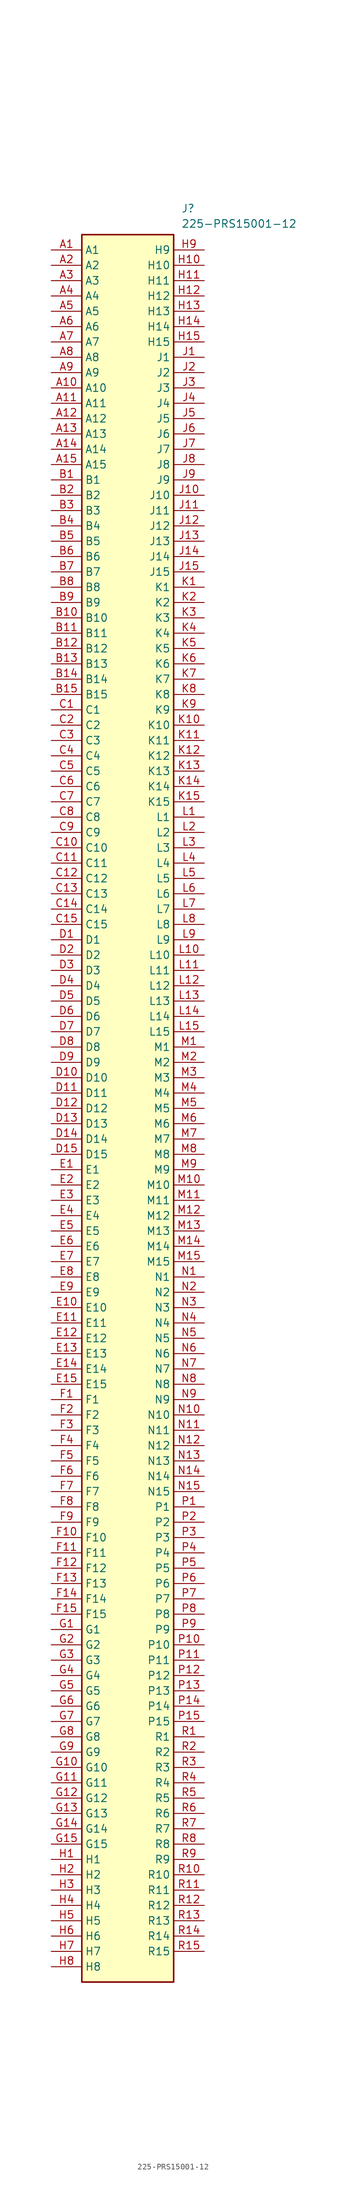
<source format=kicad_sym>
(kicad_symbol_lib
  (version 20231120)
  (generator "kicad_symbol_editor")
  (generator_version "8.0")
  (symbol "225-PRS15001-12"
    (property "Reference" "J"
      (at 21.59 7.62 0)
      (effects (font (size 1.27 1.27)) (justify left top)))
    (property "Value" "225-PRS15001-12"
      (at 21.59 5.08 0)
      (effects (font (size 1.27 1.27)) (justify left top)))
    (symbol "225-PRS15001-12_1_1"
      (rectangle (start 5.08 2.54) (end 20.32 -287.02) (stroke (width 0.254) (type default)) (fill (type background)))
      (pin passive line (at 0 0 0) (length 5.08) (name "A1" (effects (font (size 1.27 1.27)))) (number "A1" (effects (font (size 1.27 1.27)))))
      (pin passive line (at 0 -22.86 0) (length 5.08) (name "A10" (effects (font (size 1.27 1.27)))) (number "A10" (effects (font (size 1.27 1.27)))))
      (pin passive line (at 0 -25.4 0) (length 5.08) (name "A11" (effects (font (size 1.27 1.27)))) (number "A11" (effects (font (size 1.27 1.27)))))
      (pin passive line (at 0 -27.94 0) (length 5.08) (name "A12" (effects (font (size 1.27 1.27)))) (number "A12" (effects (font (size 1.27 1.27)))))
      (pin passive line (at 0 -30.48 0) (length 5.08) (name "A13" (effects (font (size 1.27 1.27)))) (number "A13" (effects (font (size 1.27 1.27)))))
      (pin passive line (at 0 -33.02 0) (length 5.08) (name "A14" (effects (font (size 1.27 1.27)))) (number "A14" (effects (font (size 1.27 1.27)))))
      (pin passive line (at 0 -35.56 0) (length 5.08) (name "A15" (effects (font (size 1.27 1.27)))) (number "A15" (effects (font (size 1.27 1.27)))))
      (pin passive line (at 0 -2.54 0) (length 5.08) (name "A2" (effects (font (size 1.27 1.27)))) (number "A2" (effects (font (size 1.27 1.27)))))
      (pin passive line (at 0 -5.08 0) (length 5.08) (name "A3" (effects (font (size 1.27 1.27)))) (number "A3" (effects (font (size 1.27 1.27)))))
      (pin passive line (at 0 -7.62 0) (length 5.08) (name "A4" (effects (font (size 1.27 1.27)))) (number "A4" (effects (font (size 1.27 1.27)))))
      (pin passive line (at 0 -10.16 0) (length 5.08) (name "A5" (effects (font (size 1.27 1.27)))) (number "A5" (effects (font (size 1.27 1.27)))))
      (pin passive line (at 0 -12.7 0) (length 5.08) (name "A6" (effects (font (size 1.27 1.27)))) (number "A6" (effects (font (size 1.27 1.27)))))
      (pin passive line (at 0 -15.24 0) (length 5.08) (name "A7" (effects (font (size 1.27 1.27)))) (number "A7" (effects (font (size 1.27 1.27)))))
      (pin passive line (at 0 -17.78 0) (length 5.08) (name "A8" (effects (font (size 1.27 1.27)))) (number "A8" (effects (font (size 1.27 1.27)))))
      (pin passive line (at 0 -20.32 0) (length 5.08) (name "A9" (effects (font (size 1.27 1.27)))) (number "A9" (effects (font (size 1.27 1.27)))))
      (pin passive line (at 0 -38.1 0) (length 5.08) (name "B1" (effects (font (size 1.27 1.27)))) (number "B1" (effects (font (size 1.27 1.27)))))
      (pin passive line (at 0 -60.96 0) (length 5.08) (name "B10" (effects (font (size 1.27 1.27)))) (number "B10" (effects (font (size 1.27 1.27)))))
      (pin passive line (at 0 -63.5 0) (length 5.08) (name "B11" (effects (font (size 1.27 1.27)))) (number "B11" (effects (font (size 1.27 1.27)))))
      (pin passive line (at 0 -66.04 0) (length 5.08) (name "B12" (effects (font (size 1.27 1.27)))) (number "B12" (effects (font (size 1.27 1.27)))))
      (pin passive line (at 0 -68.58 0) (length 5.08) (name "B13" (effects (font (size 1.27 1.27)))) (number "B13" (effects (font (size 1.27 1.27)))))
      (pin passive line (at 0 -71.12 0) (length 5.08) (name "B14" (effects (font (size 1.27 1.27)))) (number "B14" (effects (font (size 1.27 1.27)))))
      (pin passive line (at 0 -73.66 0) (length 5.08) (name "B15" (effects (font (size 1.27 1.27)))) (number "B15" (effects (font (size 1.27 1.27)))))
      (pin passive line (at 0 -40.64 0) (length 5.08) (name "B2" (effects (font (size 1.27 1.27)))) (number "B2" (effects (font (size 1.27 1.27)))))
      (pin passive line (at 0 -43.18 0) (length 5.08) (name "B3" (effects (font (size 1.27 1.27)))) (number "B3" (effects (font (size 1.27 1.27)))))
      (pin passive line (at 0 -45.72 0) (length 5.08) (name "B4" (effects (font (size 1.27 1.27)))) (number "B4" (effects (font (size 1.27 1.27)))))
      (pin passive line (at 0 -48.26 0) (length 5.08) (name "B5" (effects (font (size 1.27 1.27)))) (number "B5" (effects (font (size 1.27 1.27)))))
      (pin passive line (at 0 -50.8 0) (length 5.08) (name "B6" (effects (font (size 1.27 1.27)))) (number "B6" (effects (font (size 1.27 1.27)))))
      (pin passive line (at 0 -53.34 0) (length 5.08) (name "B7" (effects (font (size 1.27 1.27)))) (number "B7" (effects (font (size 1.27 1.27)))))
      (pin passive line (at 0 -55.88 0) (length 5.08) (name "B8" (effects (font (size 1.27 1.27)))) (number "B8" (effects (font (size 1.27 1.27)))))
      (pin passive line (at 0 -58.42 0) (length 5.08) (name "B9" (effects (font (size 1.27 1.27)))) (number "B9" (effects (font (size 1.27 1.27)))))
      (pin passive line (at 0 -76.2 0) (length 5.08) (name "C1" (effects (font (size 1.27 1.27)))) (number "C1" (effects (font (size 1.27 1.27)))))
      (pin passive line (at 0 -99.06 0) (length 5.08) (name "C10" (effects (font (size 1.27 1.27)))) (number "C10" (effects (font (size 1.27 1.27)))))
      (pin passive line (at 0 -101.6 0) (length 5.08) (name "C11" (effects (font (size 1.27 1.27)))) (number "C11" (effects (font (size 1.27 1.27)))))
      (pin passive line (at 0 -104.14 0) (length 5.08) (name "C12" (effects (font (size 1.27 1.27)))) (number "C12" (effects (font (size 1.27 1.27)))))
      (pin passive line (at 0 -106.68 0) (length 5.08) (name "C13" (effects (font (size 1.27 1.27)))) (number "C13" (effects (font (size 1.27 1.27)))))
      (pin passive line (at 0 -109.22 0) (length 5.08) (name "C14" (effects (font (size 1.27 1.27)))) (number "C14" (effects (font (size 1.27 1.27)))))
      (pin passive line (at 0 -111.76 0) (length 5.08) (name "C15" (effects (font (size 1.27 1.27)))) (number "C15" (effects (font (size 1.27 1.27)))))
      (pin passive line (at 0 -78.74 0) (length 5.08) (name "C2" (effects (font (size 1.27 1.27)))) (number "C2" (effects (font (size 1.27 1.27)))))
      (pin passive line (at 0 -81.28 0) (length 5.08) (name "C3" (effects (font (size 1.27 1.27)))) (number "C3" (effects (font (size 1.27 1.27)))))
      (pin passive line (at 0 -83.82 0) (length 5.08) (name "C4" (effects (font (size 1.27 1.27)))) (number "C4" (effects (font (size 1.27 1.27)))))
      (pin passive line (at 0 -86.36 0) (length 5.08) (name "C5" (effects (font (size 1.27 1.27)))) (number "C5" (effects (font (size 1.27 1.27)))))
      (pin passive line (at 0 -88.9 0) (length 5.08) (name "C6" (effects (font (size 1.27 1.27)))) (number "C6" (effects (font (size 1.27 1.27)))))
      (pin passive line (at 0 -91.44 0) (length 5.08) (name "C7" (effects (font (size 1.27 1.27)))) (number "C7" (effects (font (size 1.27 1.27)))))
      (pin passive line (at 0 -93.98 0) (length 5.08) (name "C8" (effects (font (size 1.27 1.27)))) (number "C8" (effects (font (size 1.27 1.27)))))
      (pin passive line (at 0 -96.52 0) (length 5.08) (name "C9" (effects (font (size 1.27 1.27)))) (number "C9" (effects (font (size 1.27 1.27)))))
      (pin passive line (at 0 -114.3 0) (length 5.08) (name "D1" (effects (font (size 1.27 1.27)))) (number "D1" (effects (font (size 1.27 1.27)))))
      (pin passive line (at 0 -137.16 0) (length 5.08) (name "D10" (effects (font (size 1.27 1.27)))) (number "D10" (effects (font (size 1.27 1.27)))))
      (pin passive line (at 0 -139.7 0) (length 5.08) (name "D11" (effects (font (size 1.27 1.27)))) (number "D11" (effects (font (size 1.27 1.27)))))
      (pin passive line (at 0 -142.24 0) (length 5.08) (name "D12" (effects (font (size 1.27 1.27)))) (number "D12" (effects (font (size 1.27 1.27)))))
      (pin passive line (at 0 -144.78 0) (length 5.08) (name "D13" (effects (font (size 1.27 1.27)))) (number "D13" (effects (font (size 1.27 1.27)))))
      (pin passive line (at 0 -147.32 0) (length 5.08) (name "D14" (effects (font (size 1.27 1.27)))) (number "D14" (effects (font (size 1.27 1.27)))))
      (pin passive line (at 0 -149.86 0) (length 5.08) (name "D15" (effects (font (size 1.27 1.27)))) (number "D15" (effects (font (size 1.27 1.27)))))
      (pin passive line (at 0 -116.84 0) (length 5.08) (name "D2" (effects (font (size 1.27 1.27)))) (number "D2" (effects (font (size 1.27 1.27)))))
      (pin passive line (at 0 -119.38 0) (length 5.08) (name "D3" (effects (font (size 1.27 1.27)))) (number "D3" (effects (font (size 1.27 1.27)))))
      (pin passive line (at 0 -121.92 0) (length 5.08) (name "D4" (effects (font (size 1.27 1.27)))) (number "D4" (effects (font (size 1.27 1.27)))))
      (pin passive line (at 0 -124.46 0) (length 5.08) (name "D5" (effects (font (size 1.27 1.27)))) (number "D5" (effects (font (size 1.27 1.27)))))
      (pin passive line (at 0 -127 0) (length 5.08) (name "D6" (effects (font (size 1.27 1.27)))) (number "D6" (effects (font (size 1.27 1.27)))))
      (pin passive line (at 0 -129.54 0) (length 5.08) (name "D7" (effects (font (size 1.27 1.27)))) (number "D7" (effects (font (size 1.27 1.27)))))
      (pin passive line (at 0 -132.08 0) (length 5.08) (name "D8" (effects (font (size 1.27 1.27)))) (number "D8" (effects (font (size 1.27 1.27)))))
      (pin passive line (at 0 -134.62 0) (length 5.08) (name "D9" (effects (font (size 1.27 1.27)))) (number "D9" (effects (font (size 1.27 1.27)))))
      (pin passive line (at 0 -152.4 0) (length 5.08) (name "E1" (effects (font (size 1.27 1.27)))) (number "E1" (effects (font (size 1.27 1.27)))))
      (pin passive line (at 0 -175.26 0) (length 5.08) (name "E10" (effects (font (size 1.27 1.27)))) (number "E10" (effects (font (size 1.27 1.27)))))
      (pin passive line (at 0 -177.8 0) (length 5.08) (name "E11" (effects (font (size 1.27 1.27)))) (number "E11" (effects (font (size 1.27 1.27)))))
      (pin passive line (at 0 -180.34 0) (length 5.08) (name "E12" (effects (font (size 1.27 1.27)))) (number "E12" (effects (font (size 1.27 1.27)))))
      (pin passive line (at 0 -182.88 0) (length 5.08) (name "E13" (effects (font (size 1.27 1.27)))) (number "E13" (effects (font (size 1.27 1.27)))))
      (pin passive line (at 0 -185.42 0) (length 5.08) (name "E14" (effects (font (size 1.27 1.27)))) (number "E14" (effects (font (size 1.27 1.27)))))
      (pin passive line (at 0 -187.96 0) (length 5.08) (name "E15" (effects (font (size 1.27 1.27)))) (number "E15" (effects (font (size 1.27 1.27)))))
      (pin passive line (at 0 -154.94 0) (length 5.08) (name "E2" (effects (font (size 1.27 1.27)))) (number "E2" (effects (font (size 1.27 1.27)))))
      (pin passive line (at 0 -157.48 0) (length 5.08) (name "E3" (effects (font (size 1.27 1.27)))) (number "E3" (effects (font (size 1.27 1.27)))))
      (pin passive line (at 0 -160.02 0) (length 5.08) (name "E4" (effects (font (size 1.27 1.27)))) (number "E4" (effects (font (size 1.27 1.27)))))
      (pin passive line (at 0 -162.56 0) (length 5.08) (name "E5" (effects (font (size 1.27 1.27)))) (number "E5" (effects (font (size 1.27 1.27)))))
      (pin passive line (at 0 -165.1 0) (length 5.08) (name "E6" (effects (font (size 1.27 1.27)))) (number "E6" (effects (font (size 1.27 1.27)))))
      (pin passive line (at 0 -167.64 0) (length 5.08) (name "E7" (effects (font (size 1.27 1.27)))) (number "E7" (effects (font (size 1.27 1.27)))))
      (pin passive line (at 0 -170.18 0) (length 5.08) (name "E8" (effects (font (size 1.27 1.27)))) (number "E8" (effects (font (size 1.27 1.27)))))
      (pin passive line (at 0 -172.72 0) (length 5.08) (name "E9" (effects (font (size 1.27 1.27)))) (number "E9" (effects (font (size 1.27 1.27)))))
      (pin passive line (at 0 -190.5 0) (length 5.08) (name "F1" (effects (font (size 1.27 1.27)))) (number "F1" (effects (font (size 1.27 1.27)))))
      (pin passive line (at 0 -213.36 0) (length 5.08) (name "F10" (effects (font (size 1.27 1.27)))) (number "F10" (effects (font (size 1.27 1.27)))))
      (pin passive line (at 0 -215.9 0) (length 5.08) (name "F11" (effects (font (size 1.27 1.27)))) (number "F11" (effects (font (size 1.27 1.27)))))
      (pin passive line (at 0 -218.44 0) (length 5.08) (name "F12" (effects (font (size 1.27 1.27)))) (number "F12" (effects (font (size 1.27 1.27)))))
      (pin passive line (at 0 -220.98 0) (length 5.08) (name "F13" (effects (font (size 1.27 1.27)))) (number "F13" (effects (font (size 1.27 1.27)))))
      (pin passive line (at 0 -223.52 0) (length 5.08) (name "F14" (effects (font (size 1.27 1.27)))) (number "F14" (effects (font (size 1.27 1.27)))))
      (pin passive line (at 0 -226.06 0) (length 5.08) (name "F15" (effects (font (size 1.27 1.27)))) (number "F15" (effects (font (size 1.27 1.27)))))
      (pin passive line (at 0 -193.04 0) (length 5.08) (name "F2" (effects (font (size 1.27 1.27)))) (number "F2" (effects (font (size 1.27 1.27)))))
      (pin passive line (at 0 -195.58 0) (length 5.08) (name "F3" (effects (font (size 1.27 1.27)))) (number "F3" (effects (font (size 1.27 1.27)))))
      (pin passive line (at 0 -198.12 0) (length 5.08) (name "F4" (effects (font (size 1.27 1.27)))) (number "F4" (effects (font (size 1.27 1.27)))))
      (pin passive line (at 0 -200.66 0) (length 5.08) (name "F5" (effects (font (size 1.27 1.27)))) (number "F5" (effects (font (size 1.27 1.27)))))
      (pin passive line (at 0 -203.2 0) (length 5.08) (name "F6" (effects (font (size 1.27 1.27)))) (number "F6" (effects (font (size 1.27 1.27)))))
      (pin passive line (at 0 -205.74 0) (length 5.08) (name "F7" (effects (font (size 1.27 1.27)))) (number "F7" (effects (font (size 1.27 1.27)))))
      (pin passive line (at 0 -208.28 0) (length 5.08) (name "F8" (effects (font (size 1.27 1.27)))) (number "F8" (effects (font (size 1.27 1.27)))))
      (pin passive line (at 0 -210.82 0) (length 5.08) (name "F9" (effects (font (size 1.27 1.27)))) (number "F9" (effects (font (size 1.27 1.27)))))
      (pin passive line (at 0 -228.6 0) (length 5.08) (name "G1" (effects (font (size 1.27 1.27)))) (number "G1" (effects (font (size 1.27 1.27)))))
      (pin passive line (at 0 -251.46 0) (length 5.08) (name "G10" (effects (font (size 1.27 1.27)))) (number "G10" (effects (font (size 1.27 1.27)))))
      (pin passive line (at 0 -254 0) (length 5.08) (name "G11" (effects (font (size 1.27 1.27)))) (number "G11" (effects (font (size 1.27 1.27)))))
      (pin passive line (at 0 -256.54 0) (length 5.08) (name "G12" (effects (font (size 1.27 1.27)))) (number "G12" (effects (font (size 1.27 1.27)))))
      (pin passive line (at 0 -259.08 0) (length 5.08) (name "G13" (effects (font (size 1.27 1.27)))) (number "G13" (effects (font (size 1.27 1.27)))))
      (pin passive line (at 0 -261.62 0) (length 5.08) (name "G14" (effects (font (size 1.27 1.27)))) (number "G14" (effects (font (size 1.27 1.27)))))
      (pin passive line (at 0 -264.16 0) (length 5.08) (name "G15" (effects (font (size 1.27 1.27)))) (number "G15" (effects (font (size 1.27 1.27)))))
      (pin passive line (at 0 -231.14 0) (length 5.08) (name "G2" (effects (font (size 1.27 1.27)))) (number "G2" (effects (font (size 1.27 1.27)))))
      (pin passive line (at 0 -233.68 0) (length 5.08) (name "G3" (effects (font (size 1.27 1.27)))) (number "G3" (effects (font (size 1.27 1.27)))))
      (pin passive line (at 0 -236.22 0) (length 5.08) (name "G4" (effects (font (size 1.27 1.27)))) (number "G4" (effects (font (size 1.27 1.27)))))
      (pin passive line (at 0 -238.76 0) (length 5.08) (name "G5" (effects (font (size 1.27 1.27)))) (number "G5" (effects (font (size 1.27 1.27)))))
      (pin passive line (at 0 -241.3 0) (length 5.08) (name "G6" (effects (font (size 1.27 1.27)))) (number "G6" (effects (font (size 1.27 1.27)))))
      (pin passive line (at 0 -243.84 0) (length 5.08) (name "G7" (effects (font (size 1.27 1.27)))) (number "G7" (effects (font (size 1.27 1.27)))))
      (pin passive line (at 0 -246.38 0) (length 5.08) (name "G8" (effects (font (size 1.27 1.27)))) (number "G8" (effects (font (size 1.27 1.27)))))
      (pin passive line (at 0 -248.92 0) (length 5.08) (name "G9" (effects (font (size 1.27 1.27)))) (number "G9" (effects (font (size 1.27 1.27)))))
      (pin passive line (at 0 -266.7 0) (length 5.08) (name "H1" (effects (font (size 1.27 1.27)))) (number "H1" (effects (font (size 1.27 1.27)))))
      (pin passive line (at 25.4 -2.54 180) (length 5.08) (name "H10" (effects (font (size 1.27 1.27)))) (number "H10" (effects (font (size 1.27 1.27)))))
      (pin passive line (at 25.4 -5.08 180) (length 5.08) (name "H11" (effects (font (size 1.27 1.27)))) (number "H11" (effects (font (size 1.27 1.27)))))
      (pin passive line (at 25.4 -7.62 180) (length 5.08) (name "H12" (effects (font (size 1.27 1.27)))) (number "H12" (effects (font (size 1.27 1.27)))))
      (pin passive line (at 25.4 -10.16 180) (length 5.08) (name "H13" (effects (font (size 1.27 1.27)))) (number "H13" (effects (font (size 1.27 1.27)))))
      (pin passive line (at 25.4 -12.7 180) (length 5.08) (name "H14" (effects (font (size 1.27 1.27)))) (number "H14" (effects (font (size 1.27 1.27)))))
      (pin passive line (at 25.4 -15.24 180) (length 5.08) (name "H15" (effects (font (size 1.27 1.27)))) (number "H15" (effects (font (size 1.27 1.27)))))
      (pin passive line (at 0 -269.24 0) (length 5.08) (name "H2" (effects (font (size 1.27 1.27)))) (number "H2" (effects (font (size 1.27 1.27)))))
      (pin passive line (at 0 -271.78 0) (length 5.08) (name "H3" (effects (font (size 1.27 1.27)))) (number "H3" (effects (font (size 1.27 1.27)))))
      (pin passive line (at 0 -274.32 0) (length 5.08) (name "H4" (effects (font (size 1.27 1.27)))) (number "H4" (effects (font (size 1.27 1.27)))))
      (pin passive line (at 0 -276.86 0) (length 5.08) (name "H5" (effects (font (size 1.27 1.27)))) (number "H5" (effects (font (size 1.27 1.27)))))
      (pin passive line (at 0 -279.4 0) (length 5.08) (name "H6" (effects (font (size 1.27 1.27)))) (number "H6" (effects (font (size 1.27 1.27)))))
      (pin passive line (at 0 -281.94 0) (length 5.08) (name "H7" (effects (font (size 1.27 1.27)))) (number "H7" (effects (font (size 1.27 1.27)))))
      (pin passive line (at 0 -284.48 0) (length 5.08) (name "H8" (effects (font (size 1.27 1.27)))) (number "H8" (effects (font (size 1.27 1.27)))))
      (pin passive line (at 25.4 0 180) (length 5.08) (name "H9" (effects (font (size 1.27 1.27)))) (number "H9" (effects (font (size 1.27 1.27)))))
      (pin passive line (at 25.4 -17.78 180) (length 5.08) (name "J1" (effects (font (size 1.27 1.27)))) (number "J1" (effects (font (size 1.27 1.27)))))
      (pin passive line (at 25.4 -40.64 180) (length 5.08) (name "J10" (effects (font (size 1.27 1.27)))) (number "J10" (effects (font (size 1.27 1.27)))))
      (pin passive line (at 25.4 -43.18 180) (length 5.08) (name "J11" (effects (font (size 1.27 1.27)))) (number "J11" (effects (font (size 1.27 1.27)))))
      (pin passive line (at 25.4 -45.72 180) (length 5.08) (name "J12" (effects (font (size 1.27 1.27)))) (number "J12" (effects (font (size 1.27 1.27)))))
      (pin passive line (at 25.4 -48.26 180) (length 5.08) (name "J13" (effects (font (size 1.27 1.27)))) (number "J13" (effects (font (size 1.27 1.27)))))
      (pin passive line (at 25.4 -50.8 180) (length 5.08) (name "J14" (effects (font (size 1.27 1.27)))) (number "J14" (effects (font (size 1.27 1.27)))))
      (pin passive line (at 25.4 -53.34 180) (length 5.08) (name "J15" (effects (font (size 1.27 1.27)))) (number "J15" (effects (font (size 1.27 1.27)))))
      (pin passive line (at 25.4 -20.32 180) (length 5.08) (name "J2" (effects (font (size 1.27 1.27)))) (number "J2" (effects (font (size 1.27 1.27)))))
      (pin passive line (at 25.4 -22.86 180) (length 5.08) (name "J3" (effects (font (size 1.27 1.27)))) (number "J3" (effects (font (size 1.27 1.27)))))
      (pin passive line (at 25.4 -25.4 180) (length 5.08) (name "J4" (effects (font (size 1.27 1.27)))) (number "J4" (effects (font (size 1.27 1.27)))))
      (pin passive line (at 25.4 -27.94 180) (length 5.08) (name "J5" (effects (font (size 1.27 1.27)))) (number "J5" (effects (font (size 1.27 1.27)))))
      (pin passive line (at 25.4 -30.48 180) (length 5.08) (name "J6" (effects (font (size 1.27 1.27)))) (number "J6" (effects (font (size 1.27 1.27)))))
      (pin passive line (at 25.4 -33.02 180) (length 5.08) (name "J7" (effects (font (size 1.27 1.27)))) (number "J7" (effects (font (size 1.27 1.27)))))
      (pin passive line (at 25.4 -35.56 180) (length 5.08) (name "J8" (effects (font (size 1.27 1.27)))) (number "J8" (effects (font (size 1.27 1.27)))))
      (pin passive line (at 25.4 -38.1 180) (length 5.08) (name "J9" (effects (font (size 1.27 1.27)))) (number "J9" (effects (font (size 1.27 1.27)))))
      (pin passive line (at 25.4 -55.88 180) (length 5.08) (name "K1" (effects (font (size 1.27 1.27)))) (number "K1" (effects (font (size 1.27 1.27)))))
      (pin passive line (at 25.4 -78.74 180) (length 5.08) (name "K10" (effects (font (size 1.27 1.27)))) (number "K10" (effects (font (size 1.27 1.27)))))
      (pin passive line (at 25.4 -81.28 180) (length 5.08) (name "K11" (effects (font (size 1.27 1.27)))) (number "K11" (effects (font (size 1.27 1.27)))))
      (pin passive line (at 25.4 -83.82 180) (length 5.08) (name "K12" (effects (font (size 1.27 1.27)))) (number "K12" (effects (font (size 1.27 1.27)))))
      (pin passive line (at 25.4 -86.36 180) (length 5.08) (name "K13" (effects (font (size 1.27 1.27)))) (number "K13" (effects (font (size 1.27 1.27)))))
      (pin passive line (at 25.4 -88.9 180) (length 5.08) (name "K14" (effects (font (size 1.27 1.27)))) (number "K14" (effects (font (size 1.27 1.27)))))
      (pin passive line (at 25.4 -91.44 180) (length 5.08) (name "K15" (effects (font (size 1.27 1.27)))) (number "K15" (effects (font (size 1.27 1.27)))))
      (pin passive line (at 25.4 -58.42 180) (length 5.08) (name "K2" (effects (font (size 1.27 1.27)))) (number "K2" (effects (font (size 1.27 1.27)))))
      (pin passive line (at 25.4 -60.96 180) (length 5.08) (name "K3" (effects (font (size 1.27 1.27)))) (number "K3" (effects (font (size 1.27 1.27)))))
      (pin passive line (at 25.4 -63.5 180) (length 5.08) (name "K4" (effects (font (size 1.27 1.27)))) (number "K4" (effects (font (size 1.27 1.27)))))
      (pin passive line (at 25.4 -66.04 180) (length 5.08) (name "K5" (effects (font (size 1.27 1.27)))) (number "K5" (effects (font (size 1.27 1.27)))))
      (pin passive line (at 25.4 -68.58 180) (length 5.08) (name "K6" (effects (font (size 1.27 1.27)))) (number "K6" (effects (font (size 1.27 1.27)))))
      (pin passive line (at 25.4 -71.12 180) (length 5.08) (name "K7" (effects (font (size 1.27 1.27)))) (number "K7" (effects (font (size 1.27 1.27)))))
      (pin passive line (at 25.4 -73.66 180) (length 5.08) (name "K8" (effects (font (size 1.27 1.27)))) (number "K8" (effects (font (size 1.27 1.27)))))
      (pin passive line (at 25.4 -76.2 180) (length 5.08) (name "K9" (effects (font (size 1.27 1.27)))) (number "K9" (effects (font (size 1.27 1.27)))))
      (pin passive line (at 25.4 -93.98 180) (length 5.08) (name "L1" (effects (font (size 1.27 1.27)))) (number "L1" (effects (font (size 1.27 1.27)))))
      (pin passive line (at 25.4 -116.84 180) (length 5.08) (name "L10" (effects (font (size 1.27 1.27)))) (number "L10" (effects (font (size 1.27 1.27)))))
      (pin passive line (at 25.4 -119.38 180) (length 5.08) (name "L11" (effects (font (size 1.27 1.27)))) (number "L11" (effects (font (size 1.27 1.27)))))
      (pin passive line (at 25.4 -121.92 180) (length 5.08) (name "L12" (effects (font (size 1.27 1.27)))) (number "L12" (effects (font (size 1.27 1.27)))))
      (pin passive line (at 25.4 -124.46 180) (length 5.08) (name "L13" (effects (font (size 1.27 1.27)))) (number "L13" (effects (font (size 1.27 1.27)))))
      (pin passive line (at 25.4 -127 180) (length 5.08) (name "L14" (effects (font (size 1.27 1.27)))) (number "L14" (effects (font (size 1.27 1.27)))))
      (pin passive line (at 25.4 -129.54 180) (length 5.08) (name "L15" (effects (font (size 1.27 1.27)))) (number "L15" (effects (font (size 1.27 1.27)))))
      (pin passive line (at 25.4 -96.52 180) (length 5.08) (name "L2" (effects (font (size 1.27 1.27)))) (number "L2" (effects (font (size 1.27 1.27)))))
      (pin passive line (at 25.4 -99.06 180) (length 5.08) (name "L3" (effects (font (size 1.27 1.27)))) (number "L3" (effects (font (size 1.27 1.27)))))
      (pin passive line (at 25.4 -101.6 180) (length 5.08) (name "L4" (effects (font (size 1.27 1.27)))) (number "L4" (effects (font (size 1.27 1.27)))))
      (pin passive line (at 25.4 -104.14 180) (length 5.08) (name "L5" (effects (font (size 1.27 1.27)))) (number "L5" (effects (font (size 1.27 1.27)))))
      (pin passive line (at 25.4 -106.68 180) (length 5.08) (name "L6" (effects (font (size 1.27 1.27)))) (number "L6" (effects (font (size 1.27 1.27)))))
      (pin passive line (at 25.4 -109.22 180) (length 5.08) (name "L7" (effects (font (size 1.27 1.27)))) (number "L7" (effects (font (size 1.27 1.27)))))
      (pin passive line (at 25.4 -111.76 180) (length 5.08) (name "L8" (effects (font (size 1.27 1.27)))) (number "L8" (effects (font (size 1.27 1.27)))))
      (pin passive line (at 25.4 -114.3 180) (length 5.08) (name "L9" (effects (font (size 1.27 1.27)))) (number "L9" (effects (font (size 1.27 1.27)))))
      (pin passive line (at 25.4 -132.08 180) (length 5.08) (name "M1" (effects (font (size 1.27 1.27)))) (number "M1" (effects (font (size 1.27 1.27)))))
      (pin passive line (at 25.4 -154.94 180) (length 5.08) (name "M10" (effects (font (size 1.27 1.27)))) (number "M10" (effects (font (size 1.27 1.27)))))
      (pin passive line (at 25.4 -157.48 180) (length 5.08) (name "M11" (effects (font (size 1.27 1.27)))) (number "M11" (effects (font (size 1.27 1.27)))))
      (pin passive line (at 25.4 -160.02 180) (length 5.08) (name "M12" (effects (font (size 1.27 1.27)))) (number "M12" (effects (font (size 1.27 1.27)))))
      (pin passive line (at 25.4 -162.56 180) (length 5.08) (name "M13" (effects (font (size 1.27 1.27)))) (number "M13" (effects (font (size 1.27 1.27)))))
      (pin passive line (at 25.4 -165.1 180) (length 5.08) (name "M14" (effects (font (size 1.27 1.27)))) (number "M14" (effects (font (size 1.27 1.27)))))
      (pin passive line (at 25.4 -167.64 180) (length 5.08) (name "M15" (effects (font (size 1.27 1.27)))) (number "M15" (effects (font (size 1.27 1.27)))))
      (pin passive line (at 25.4 -134.62 180) (length 5.08) (name "M2" (effects (font (size 1.27 1.27)))) (number "M2" (effects (font (size 1.27 1.27)))))
      (pin passive line (at 25.4 -137.16 180) (length 5.08) (name "M3" (effects (font (size 1.27 1.27)))) (number "M3" (effects (font (size 1.27 1.27)))))
      (pin passive line (at 25.4 -139.7 180) (length 5.08) (name "M4" (effects (font (size 1.27 1.27)))) (number "M4" (effects (font (size 1.27 1.27)))))
      (pin passive line (at 25.4 -142.24 180) (length 5.08) (name "M5" (effects (font (size 1.27 1.27)))) (number "M5" (effects (font (size 1.27 1.27)))))
      (pin passive line (at 25.4 -144.78 180) (length 5.08) (name "M6" (effects (font (size 1.27 1.27)))) (number "M6" (effects (font (size 1.27 1.27)))))
      (pin passive line (at 25.4 -147.32 180) (length 5.08) (name "M7" (effects (font (size 1.27 1.27)))) (number "M7" (effects (font (size 1.27 1.27)))))
      (pin passive line (at 25.4 -149.86 180) (length 5.08) (name "M8" (effects (font (size 1.27 1.27)))) (number "M8" (effects (font (size 1.27 1.27)))))
      (pin passive line (at 25.4 -152.4 180) (length 5.08) (name "M9" (effects (font (size 1.27 1.27)))) (number "M9" (effects (font (size 1.27 1.27)))))
      (pin passive line (at 25.4 -170.18 180) (length 5.08) (name "N1" (effects (font (size 1.27 1.27)))) (number "N1" (effects (font (size 1.27 1.27)))))
      (pin passive line (at 25.4 -193.04 180) (length 5.08) (name "N10" (effects (font (size 1.27 1.27)))) (number "N10" (effects (font (size 1.27 1.27)))))
      (pin passive line (at 25.4 -195.58 180) (length 5.08) (name "N11" (effects (font (size 1.27 1.27)))) (number "N11" (effects (font (size 1.27 1.27)))))
      (pin passive line (at 25.4 -198.12 180) (length 5.08) (name "N12" (effects (font (size 1.27 1.27)))) (number "N12" (effects (font (size 1.27 1.27)))))
      (pin passive line (at 25.4 -200.66 180) (length 5.08) (name "N13" (effects (font (size 1.27 1.27)))) (number "N13" (effects (font (size 1.27 1.27)))))
      (pin passive line (at 25.4 -203.2 180) (length 5.08) (name "N14" (effects (font (size 1.27 1.27)))) (number "N14" (effects (font (size 1.27 1.27)))))
      (pin passive line (at 25.4 -205.74 180) (length 5.08) (name "N15" (effects (font (size 1.27 1.27)))) (number "N15" (effects (font (size 1.27 1.27)))))
      (pin passive line (at 25.4 -172.72 180) (length 5.08) (name "N2" (effects (font (size 1.27 1.27)))) (number "N2" (effects (font (size 1.27 1.27)))))
      (pin passive line (at 25.4 -175.26 180) (length 5.08) (name "N3" (effects (font (size 1.27 1.27)))) (number "N3" (effects (font (size 1.27 1.27)))))
      (pin passive line (at 25.4 -177.8 180) (length 5.08) (name "N4" (effects (font (size 1.27 1.27)))) (number "N4" (effects (font (size 1.27 1.27)))))
      (pin passive line (at 25.4 -180.34 180) (length 5.08) (name "N5" (effects (font (size 1.27 1.27)))) (number "N5" (effects (font (size 1.27 1.27)))))
      (pin passive line (at 25.4 -182.88 180) (length 5.08) (name "N6" (effects (font (size 1.27 1.27)))) (number "N6" (effects (font (size 1.27 1.27)))))
      (pin passive line (at 25.4 -185.42 180) (length 5.08) (name "N7" (effects (font (size 1.27 1.27)))) (number "N7" (effects (font (size 1.27 1.27)))))
      (pin passive line (at 25.4 -187.96 180) (length 5.08) (name "N8" (effects (font (size 1.27 1.27)))) (number "N8" (effects (font (size 1.27 1.27)))))
      (pin passive line (at 25.4 -190.5 180) (length 5.08) (name "N9" (effects (font (size 1.27 1.27)))) (number "N9" (effects (font (size 1.27 1.27)))))
      (pin passive line (at 25.4 -208.28 180) (length 5.08) (name "P1" (effects (font (size 1.27 1.27)))) (number "P1" (effects (font (size 1.27 1.27)))))
      (pin passive line (at 25.4 -231.14 180) (length 5.08) (name "P10" (effects (font (size 1.27 1.27)))) (number "P10" (effects (font (size 1.27 1.27)))))
      (pin passive line (at 25.4 -233.68 180) (length 5.08) (name "P11" (effects (font (size 1.27 1.27)))) (number "P11" (effects (font (size 1.27 1.27)))))
      (pin passive line (at 25.4 -236.22 180) (length 5.08) (name "P12" (effects (font (size 1.27 1.27)))) (number "P12" (effects (font (size 1.27 1.27)))))
      (pin passive line (at 25.4 -238.76 180) (length 5.08) (name "P13" (effects (font (size 1.27 1.27)))) (number "P13" (effects (font (size 1.27 1.27)))))
      (pin passive line (at 25.4 -241.3 180) (length 5.08) (name "P14" (effects (font (size 1.27 1.27)))) (number "P14" (effects (font (size 1.27 1.27)))))
      (pin passive line (at 25.4 -243.84 180) (length 5.08) (name "P15" (effects (font (size 1.27 1.27)))) (number "P15" (effects (font (size 1.27 1.27)))))
      (pin passive line (at 25.4 -210.82 180) (length 5.08) (name "P2" (effects (font (size 1.27 1.27)))) (number "P2" (effects (font (size 1.27 1.27)))))
      (pin passive line (at 25.4 -213.36 180) (length 5.08) (name "P3" (effects (font (size 1.27 1.27)))) (number "P3" (effects (font (size 1.27 1.27)))))
      (pin passive line (at 25.4 -215.9 180) (length 5.08) (name "P4" (effects (font (size 1.27 1.27)))) (number "P4" (effects (font (size 1.27 1.27)))))
      (pin passive line (at 25.4 -218.44 180) (length 5.08) (name "P5" (effects (font (size 1.27 1.27)))) (number "P5" (effects (font (size 1.27 1.27)))))
      (pin passive line (at 25.4 -220.98 180) (length 5.08) (name "P6" (effects (font (size 1.27 1.27)))) (number "P6" (effects (font (size 1.27 1.27)))))
      (pin passive line (at 25.4 -223.52 180) (length 5.08) (name "P7" (effects (font (size 1.27 1.27)))) (number "P7" (effects (font (size 1.27 1.27)))))
      (pin passive line (at 25.4 -226.06 180) (length 5.08) (name "P8" (effects (font (size 1.27 1.27)))) (number "P8" (effects (font (size 1.27 1.27)))))
      (pin passive line (at 25.4 -228.6 180) (length 5.08) (name "P9" (effects (font (size 1.27 1.27)))) (number "P9" (effects (font (size 1.27 1.27)))))
      (pin passive line (at 25.4 -246.38 180) (length 5.08) (name "R1" (effects (font (size 1.27 1.27)))) (number "R1" (effects (font (size 1.27 1.27)))))
      (pin passive line (at 25.4 -269.24 180) (length 5.08) (name "R10" (effects (font (size 1.27 1.27)))) (number "R10" (effects (font (size 1.27 1.27)))))
      (pin passive line (at 25.4 -271.78 180) (length 5.08) (name "R11" (effects (font (size 1.27 1.27)))) (number "R11" (effects (font (size 1.27 1.27)))))
      (pin passive line (at 25.4 -274.32 180) (length 5.08) (name "R12" (effects (font (size 1.27 1.27)))) (number "R12" (effects (font (size 1.27 1.27)))))
      (pin passive line (at 25.4 -276.86 180) (length 5.08) (name "R13" (effects (font (size 1.27 1.27)))) (number "R13" (effects (font (size 1.27 1.27)))))
      (pin passive line (at 25.4 -279.4 180) (length 5.08) (name "R14" (effects (font (size 1.27 1.27)))) (number "R14" (effects (font (size 1.27 1.27)))))
      (pin passive line (at 25.4 -281.94 180) (length 5.08) (name "R15" (effects (font (size 1.27 1.27)))) (number "R15" (effects (font (size 1.27 1.27)))))
      (pin passive line (at 25.4 -248.92 180) (length 5.08) (name "R2" (effects (font (size 1.27 1.27)))) (number "R2" (effects (font (size 1.27 1.27)))))
      (pin passive line (at 25.4 -251.46 180) (length 5.08) (name "R3" (effects (font (size 1.27 1.27)))) (number "R3" (effects (font (size 1.27 1.27)))))
      (pin passive line (at 25.4 -254 180) (length 5.08) (name "R4" (effects (font (size 1.27 1.27)))) (number "R4" (effects (font (size 1.27 1.27)))))
      (pin passive line (at 25.4 -256.54 180) (length 5.08) (name "R5" (effects (font (size 1.27 1.27)))) (number "R5" (effects (font (size 1.27 1.27)))))
      (pin passive line (at 25.4 -259.08 180) (length 5.08) (name "R6" (effects (font (size 1.27 1.27)))) (number "R6" (effects (font (size 1.27 1.27)))))
      (pin passive line (at 25.4 -261.62 180) (length 5.08) (name "R7" (effects (font (size 1.27 1.27)))) (number "R7" (effects (font (size 1.27 1.27)))))
      (pin passive line (at 25.4 -264.16 180) (length 5.08) (name "R8" (effects (font (size 1.27 1.27)))) (number "R8" (effects (font (size 1.27 1.27)))))
      (pin passive line (at 25.4 -266.7 180) (length 5.08) (name "R9" (effects (font (size 1.27 1.27)))) (number "R9" (effects (font (size 1.27 1.27))))))))
</source>
